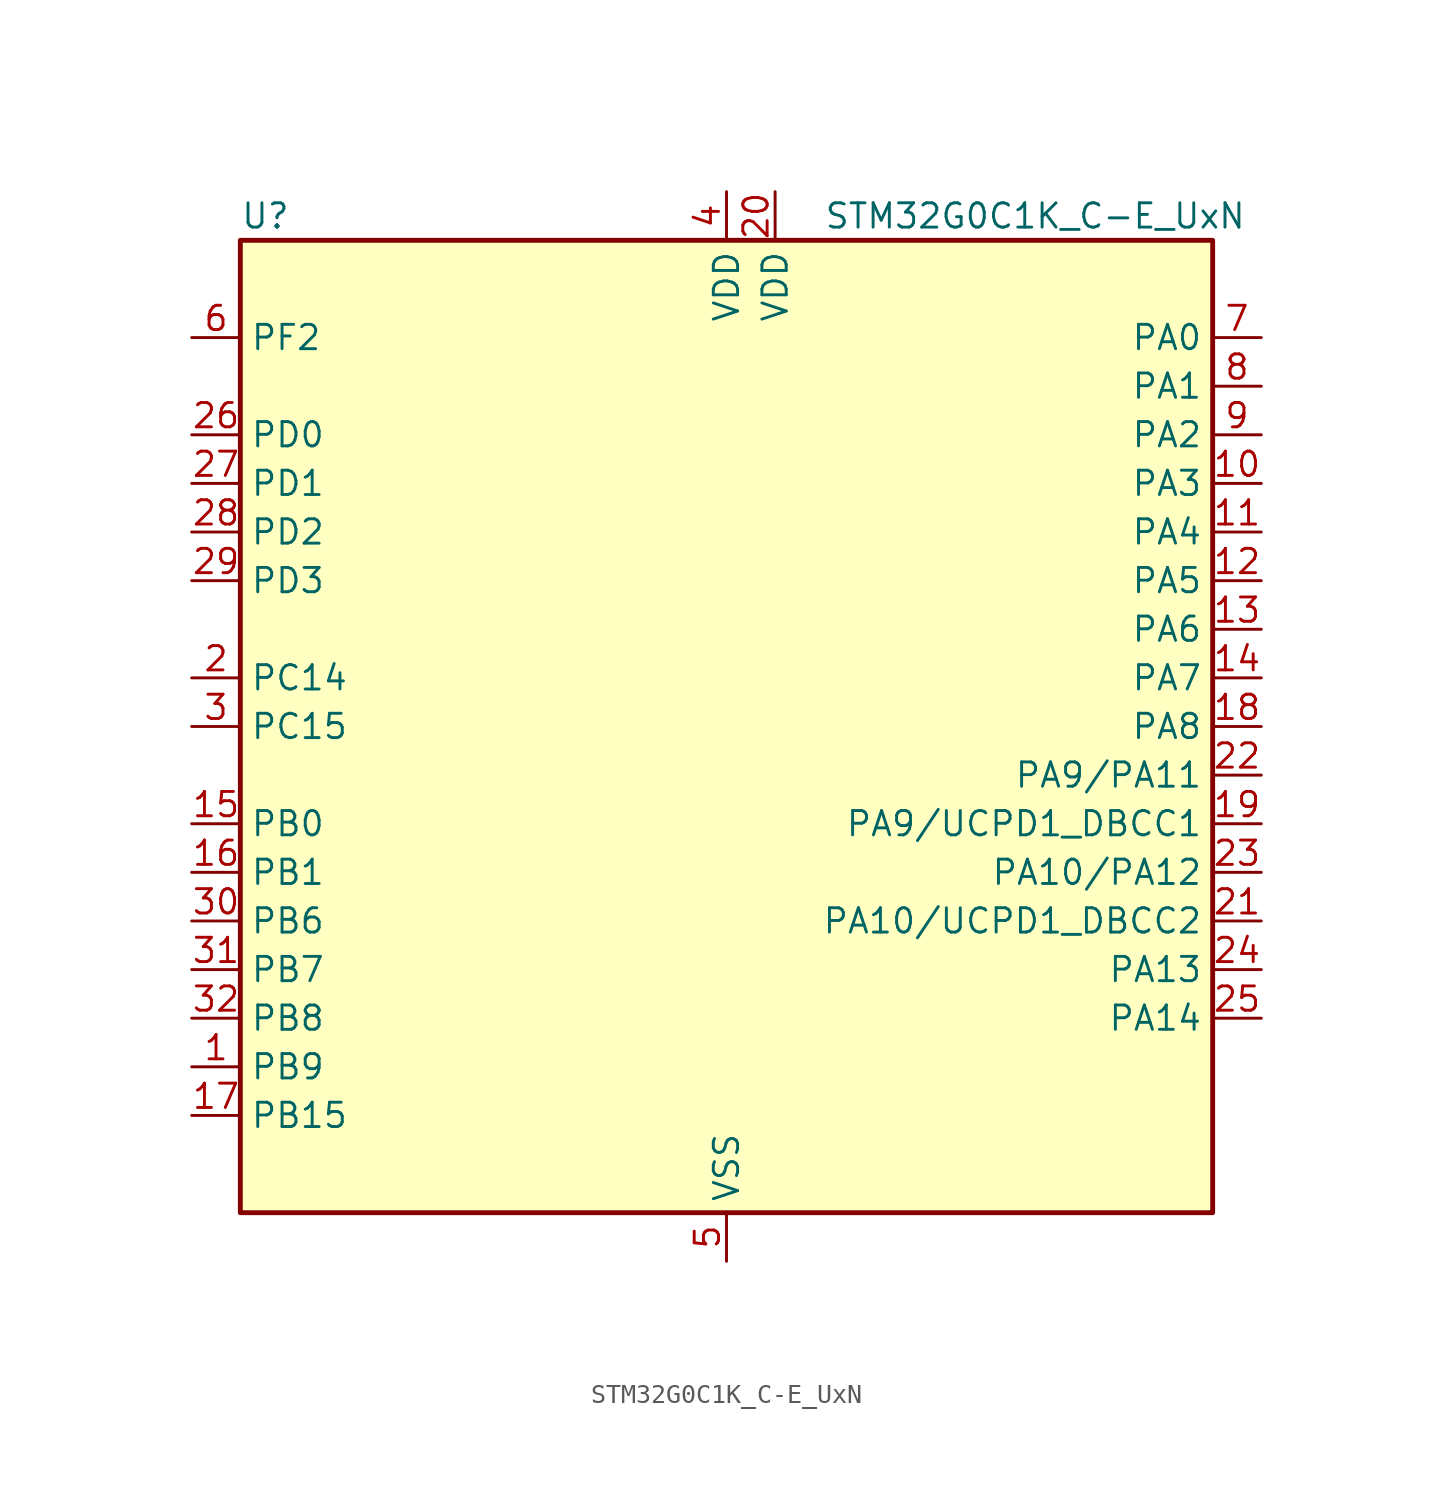
<source format=kicad_sym>
(kicad_symbol_lib
  (version 20241209)
  (generator "kicad_symbol_editor")
  (generator_version "9.0")
  (symbol "STM32G0C1K_C-E_UxN"
    (property "Reference" "U"
      (at -25.4 26.67 0)
      (effects (font (size 1.27 1.27)) (justify left)))
    (property "Value" "STM32G0C1K_C-E_UxN"
      (at 5.08 26.67 0)
      (effects (font (size 1.27 1.27)) (justify left)))
    (symbol "STM32G0C1K_C-E_UxN_0_1"
      (rectangle (start -25.4 -25.4) (end 25.4 25.4) (stroke (width 0.254) (type default)) (fill (type background))))
    (symbol "STM32G0C1K_C-E_UxN_1_1"
      (pin bidirectional line (at -27.94 20.32 0) (length 2.54) (name "PF2" (effects (font (size 1.27 1.27)))) (number "6" (effects (font (size 1.27 1.27)))) (alternate "LPUART2_DE" bidirectional line) (alternate "LPUART2_RTS" bidirectional line) (alternate "LPUART2_TX" bidirectional line) (alternate "RCC_MCO" bidirectional line))
      (pin bidirectional line (at -27.94 15.24 0) (length 2.54) (name "PD0" (effects (font (size 1.27 1.27)))) (number "26" (effects (font (size 1.27 1.27)))) (alternate "FDCAN1_RX" bidirectional line) (alternate "I2S2_WS" bidirectional line) (alternate "SPI2_NSS" bidirectional line) (alternate "TIM16_CH1" bidirectional line) (alternate "UCPD2_CC1" bidirectional line))
      (pin bidirectional line (at -27.94 12.7 0) (length 2.54) (name "PD1" (effects (font (size 1.27 1.27)))) (number "27" (effects (font (size 1.27 1.27)))) (alternate "FDCAN1_TX" bidirectional line) (alternate "I2S2_CK" bidirectional line) (alternate "SPI2_SCK" bidirectional line) (alternate "TIM17_CH1" bidirectional line) (alternate "UCPD2_DBCC1" bidirectional line))
      (pin bidirectional line (at -27.94 10.16 0) (length 2.54) (name "PD2" (effects (font (size 1.27 1.27)))) (number "28" (effects (font (size 1.27 1.27)))) (alternate "TIM1_CH1N" bidirectional line) (alternate "TIM3_ETR" bidirectional line) (alternate "UCPD2_CC2" bidirectional line) (alternate "USART3_CK" bidirectional line) (alternate "USART3_DE" bidirectional line) (alternate "USART3_RTS" bidirectional line) (alternate "USART5_RX" bidirectional line))
      (pin bidirectional line (at -27.94 7.62 0) (length 2.54) (name "PD3" (effects (font (size 1.27 1.27)))) (number "29" (effects (font (size 1.27 1.27)))) (alternate "I2S2_MCK" bidirectional line) (alternate "SPI2_MISO" bidirectional line) (alternate "TIM1_CH2N" bidirectional line) (alternate "UCPD2_DBCC2" bidirectional line) (alternate "USART2_CTS" bidirectional line) (alternate "USART2_NSS" bidirectional line) (alternate "USART5_TX" bidirectional line))
      (pin bidirectional line (at -27.94 2.54 0) (length 2.54) (name "PC14" (effects (font (size 1.27 1.27)))) (number "2" (effects (font (size 1.27 1.27)))) (alternate "RCC_OSC32_IN" bidirectional line) (alternate "RCC_OSC_IN" bidirectional line) (alternate "TIM1_BK2" bidirectional line))
      (pin bidirectional line (at -27.94 0 0) (length 2.54) (name "PC15" (effects (font (size 1.27 1.27)))) (number "3" (effects (font (size 1.27 1.27)))) (alternate "RCC_OSC32_EN" bidirectional line) (alternate "RCC_OSC32_OUT" bidirectional line) (alternate "RCC_OSC_EN" bidirectional line) (alternate "TIM15_BK" bidirectional line))
      (pin bidirectional line (at -27.94 -5.08 0) (length 2.54) (name "PB0" (effects (font (size 1.27 1.27)))) (number "15" (effects (font (size 1.27 1.27)))) (alternate "ADC1_IN8" bidirectional line) (alternate "COMP1_OUT" bidirectional line) (alternate "COMP3_INP" bidirectional line) (alternate "FDCAN2_RX" bidirectional line) (alternate "I2S1_WS" bidirectional line) (alternate "LPTIM1_OUT" bidirectional line) (alternate "LPUART2_CTS" bidirectional line) (alternate "SPI1_NSS" bidirectional line) (alternate "TIM1_CH2N" bidirectional line) (alternate "TIM3_CH3" bidirectional line) (alternate "UCPD1_FRSTX1" bidirectional line) (alternate "UCPD1_FRSTX2" bidirectional line) (alternate "USART3_RX" bidirectional line) (alternate "USART5_TX" bidirectional line))
      (pin bidirectional line (at -27.94 -7.62 0) (length 2.54) (name "PB1" (effects (font (size 1.27 1.27)))) (number "16" (effects (font (size 1.27 1.27)))) (alternate "ADC1_IN9" bidirectional line) (alternate "COMP1_INM" bidirectional line) (alternate "COMP3_OUT" bidirectional line) (alternate "FDCAN2_TX" bidirectional line) (alternate "LPTIM2_IN1" bidirectional line) (alternate "LPUART1_DE" bidirectional line) (alternate "LPUART1_RTS" bidirectional line) (alternate "LPUART2_DE" bidirectional line) (alternate "LPUART2_RTS" bidirectional line) (alternate "TIM14_CH1" bidirectional line) (alternate "TIM1_CH3N" bidirectional line) (alternate "TIM3_CH4" bidirectional line) (alternate "USART3_CK" bidirectional line) (alternate "USART3_DE" bidirectional line) (alternate "USART3_RTS" bidirectional line) (alternate "USART5_RX" bidirectional line))
      (pin bidirectional line (at -27.94 -10.16 0) (length 2.54) (name "PB6" (effects (font (size 1.27 1.27)))) (number "30" (effects (font (size 1.27 1.27)))) (alternate "COMP2_INP" bidirectional line) (alternate "FDCAN2_TX" bidirectional line) (alternate "I2C1_SCL" bidirectional line) (alternate "I2S2_MCK" bidirectional line) (alternate "LPTIM1_ETR" bidirectional line) (alternate "LPUART2_TX" bidirectional line) (alternate "SPI2_MISO" bidirectional line) (alternate "TIM16_CH1N" bidirectional line) (alternate "TIM1_CH3" bidirectional line) (alternate "TIM4_CH1" bidirectional line) (alternate "USART1_TX" bidirectional line) (alternate "USART5_CTS" bidirectional line) (alternate "USART5_NSS" bidirectional line))
      (pin bidirectional line (at -27.94 -12.7 0) (length 2.54) (name "PB7" (effects (font (size 1.27 1.27)))) (number "31" (effects (font (size 1.27 1.27)))) (alternate "COMP2_INM" bidirectional line) (alternate "I2C1_SDA" bidirectional line) (alternate "I2S2_SD" bidirectional line) (alternate "LPTIM1_IN2" bidirectional line) (alternate "LPUART2_RX" bidirectional line) (alternate "SPI2_MOSI" bidirectional line) (alternate "SYS_PVD_IN" bidirectional line) (alternate "TIM17_CH1N" bidirectional line) (alternate "TIM4_CH2" bidirectional line) (alternate "USART1_RX" bidirectional line) (alternate "USART4_CTS" bidirectional line) (alternate "USART4_NSS" bidirectional line))
      (pin bidirectional line (at -27.94 -15.24 0) (length 2.54) (name "PB8" (effects (font (size 1.27 1.27)))) (number "32" (effects (font (size 1.27 1.27)))) (alternate "CEC" bidirectional line) (alternate "FDCAN1_RX" bidirectional line) (alternate "I2C1_SCL" bidirectional line) (alternate "I2S2_CK" bidirectional line) (alternate "SPI2_SCK" bidirectional line) (alternate "TIM15_BK" bidirectional line) (alternate "TIM16_CH1" bidirectional line) (alternate "TIM4_CH3" bidirectional line) (alternate "USART3_TX" bidirectional line) (alternate "USART6_TX" bidirectional line))
      (pin bidirectional line (at -27.94 -17.78 0) (length 2.54) (name "PB9" (effects (font (size 1.27 1.27)))) (number "1" (effects (font (size 1.27 1.27)))) (alternate "DAC1_EXTI9" bidirectional line) (alternate "FDCAN1_TX" bidirectional line) (alternate "I2C1_SDA" bidirectional line) (alternate "I2S2_WS" bidirectional line) (alternate "IR_OUT" bidirectional line) (alternate "SPI2_NSS" bidirectional line) (alternate "TIM17_CH1" bidirectional line) (alternate "TIM4_CH4" bidirectional line) (alternate "UCPD2_FRSTX1" bidirectional line) (alternate "UCPD2_FRSTX2" bidirectional line) (alternate "USART3_RX" bidirectional line) (alternate "USART6_RX" bidirectional line))
      (pin bidirectional line (at -27.94 -20.32 0) (length 2.54) (name "PB15" (effects (font (size 1.27 1.27)))) (number "17" (effects (font (size 1.27 1.27)))) (alternate "I2S2_SD" bidirectional line) (alternate "RTC_REFIN" bidirectional line) (alternate "SPI2_MOSI" bidirectional line) (alternate "TIM15_CH1N" bidirectional line) (alternate "TIM15_CH2" bidirectional line) (alternate "TIM1_CH3N" bidirectional line) (alternate "UCPD1_CC2" bidirectional line) (alternate "USART6_CTS" bidirectional line) (alternate "USART6_NSS" bidirectional line))
      (pin power_in line (at 0 27.94 270) (length 2.54) (name "VDD" (effects (font (size 1.27 1.27)))) (number "4" (effects (font (size 1.27 1.27)))))
      (pin passive line (at 0 -27.94 90) (length 2.54) (hide yes) (name "VSS" (effects (font (size 1.27 1.27)))) (number "33" (effects (font (size 1.27 1.27)))))
      (pin power_in line (at 0 -27.94 90) (length 2.54) (name "VSS" (effects (font (size 1.27 1.27)))) (number "5" (effects (font (size 1.27 1.27)))))
      (pin power_in line (at 2.54 27.94 270) (length 2.54) (name "VDD" (effects (font (size 1.27 1.27)))) (number "20" (effects (font (size 1.27 1.27)))))
      (pin bidirectional line (at 27.94 20.32 180) (length 2.54) (name "PA0" (effects (font (size 1.27 1.27)))) (number "7" (effects (font (size 1.27 1.27)))) (alternate "ADC1_IN0" bidirectional line) (alternate "COMP1_INM" bidirectional line) (alternate "COMP1_OUT" bidirectional line) (alternate "I2S2_CK" bidirectional line) (alternate "LPTIM1_OUT" bidirectional line) (alternate "RTC_TAMP_IN2" bidirectional line) (alternate "SPI2_SCK" bidirectional line) (alternate "SYS_WKUP1" bidirectional line) (alternate "TIM2_CH1" bidirectional line) (alternate "TIM2_ETR" bidirectional line) (alternate "UCPD2_FRSTX1" bidirectional line) (alternate "UCPD2_FRSTX2" bidirectional line) (alternate "USART2_CTS" bidirectional line) (alternate "USART2_NSS" bidirectional line) (alternate "USART4_TX" bidirectional line))
      (pin bidirectional line (at 27.94 17.78 180) (length 2.54) (name "PA1" (effects (font (size 1.27 1.27)))) (number "8" (effects (font (size 1.27 1.27)))) (alternate "ADC1_IN1" bidirectional line) (alternate "COMP1_INP" bidirectional line) (alternate "I2C1_SMBA" bidirectional line) (alternate "I2S1_CK" bidirectional line) (alternate "SPI1_SCK" bidirectional line) (alternate "TIM15_CH1N" bidirectional line) (alternate "TIM2_CH2" bidirectional line) (alternate "USART2_CK" bidirectional line) (alternate "USART2_DE" bidirectional line) (alternate "USART2_RTS" bidirectional line) (alternate "USART4_RX" bidirectional line))
      (pin bidirectional line (at 27.94 15.24 180) (length 2.54) (name "PA2" (effects (font (size 1.27 1.27)))) (number "9" (effects (font (size 1.27 1.27)))) (alternate "ADC1_IN2" bidirectional line) (alternate "COMP2_INM" bidirectional line) (alternate "COMP2_OUT" bidirectional line) (alternate "I2S1_SD" bidirectional line) (alternate "LPUART1_TX" bidirectional line) (alternate "RCC_LSCO" bidirectional line) (alternate "SPI1_MOSI" bidirectional line) (alternate "SYS_WKUP4" bidirectional line) (alternate "TIM15_CH1" bidirectional line) (alternate "TIM2_CH3" bidirectional line) (alternate "UCPD1_FRSTX1" bidirectional line) (alternate "UCPD1_FRSTX2" bidirectional line) (alternate "USART2_TX" bidirectional line))
      (pin bidirectional line (at 27.94 12.7 180) (length 2.54) (name "PA3" (effects (font (size 1.27 1.27)))) (number "10" (effects (font (size 1.27 1.27)))) (alternate "ADC1_IN3" bidirectional line) (alternate "COMP2_INP" bidirectional line) (alternate "I2S2_MCK" bidirectional line) (alternate "LPUART1_RX" bidirectional line) (alternate "SPI2_MISO" bidirectional line) (alternate "TIM15_CH2" bidirectional line) (alternate "TIM2_CH4" bidirectional line) (alternate "UCPD2_FRSTX1" bidirectional line) (alternate "UCPD2_FRSTX2" bidirectional line) (alternate "USART2_RX" bidirectional line))
      (pin bidirectional line (at 27.94 10.16 180) (length 2.54) (name "PA4" (effects (font (size 1.27 1.27)))) (number "11" (effects (font (size 1.27 1.27)))) (alternate "ADC1_IN4" bidirectional line) (alternate "DAC1_OUT1" bidirectional line) (alternate "I2S1_WS" bidirectional line) (alternate "I2S2_SD" bidirectional line) (alternate "LPTIM2_OUT" bidirectional line) (alternate "RTC_OUT1" bidirectional line) (alternate "RTC_TAMP_IN1" bidirectional line) (alternate "RTC_TS" bidirectional line) (alternate "SPI1_NSS" bidirectional line) (alternate "SPI2_MOSI" bidirectional line) (alternate "SYS_WKUP2" bidirectional line) (alternate "TIM14_CH1" bidirectional line) (alternate "UCPD2_FRSTX1" bidirectional line) (alternate "UCPD2_FRSTX2" bidirectional line) (alternate "USART6_TX" bidirectional line) (alternate "USB_NOE" bidirectional line))
      (pin bidirectional line (at 27.94 7.62 180) (length 2.54) (name "PA5" (effects (font (size 1.27 1.27)))) (number "12" (effects (font (size 1.27 1.27)))) (alternate "ADC1_IN5" bidirectional line) (alternate "CEC" bidirectional line) (alternate "DAC1_OUT2" bidirectional line) (alternate "I2S1_CK" bidirectional line) (alternate "LPTIM2_ETR" bidirectional line) (alternate "SPI1_SCK" bidirectional line) (alternate "TIM2_CH1" bidirectional line) (alternate "TIM2_ETR" bidirectional line) (alternate "UCPD1_FRSTX1" bidirectional line) (alternate "UCPD1_FRSTX2" bidirectional line) (alternate "USART3_TX" bidirectional line) (alternate "USART6_RX" bidirectional line))
      (pin bidirectional line (at 27.94 5.08 180) (length 2.54) (name "PA6" (effects (font (size 1.27 1.27)))) (number "13" (effects (font (size 1.27 1.27)))) (alternate "ADC1_IN6" bidirectional line) (alternate "COMP1_OUT" bidirectional line) (alternate "I2C2_SDA" bidirectional line) (alternate "I2C3_SDA" bidirectional line) (alternate "I2S1_MCK" bidirectional line) (alternate "LPUART1_CTS" bidirectional line) (alternate "SPI1_MISO" bidirectional line) (alternate "TIM16_CH1" bidirectional line) (alternate "TIM1_BK" bidirectional line) (alternate "TIM3_CH1" bidirectional line) (alternate "USART3_CTS" bidirectional line) (alternate "USART3_NSS" bidirectional line) (alternate "USART6_CTS" bidirectional line) (alternate "USART6_NSS" bidirectional line))
      (pin bidirectional line (at 27.94 2.54 180) (length 2.54) (name "PA7" (effects (font (size 1.27 1.27)))) (number "14" (effects (font (size 1.27 1.27)))) (alternate "ADC1_IN7" bidirectional line) (alternate "COMP2_OUT" bidirectional line) (alternate "I2C2_SCL" bidirectional line) (alternate "I2C3_SCL" bidirectional line) (alternate "I2S1_SD" bidirectional line) (alternate "SPI1_MOSI" bidirectional line) (alternate "TIM14_CH1" bidirectional line) (alternate "TIM17_CH1" bidirectional line) (alternate "TIM1_CH1N" bidirectional line) (alternate "TIM3_CH2" bidirectional line) (alternate "UCPD1_FRSTX1" bidirectional line) (alternate "UCPD1_FRSTX2" bidirectional line) (alternate "USART6_CK" bidirectional line) (alternate "USART6_DE" bidirectional line) (alternate "USART6_RTS" bidirectional line))
      (pin bidirectional line (at 27.94 0 180) (length 2.54) (name "PA8" (effects (font (size 1.27 1.27)))) (number "18" (effects (font (size 1.27 1.27)))) (alternate "CRS1_SYNC" bidirectional line) (alternate "I2C2_SMBA" bidirectional line) (alternate "I2S2_WS" bidirectional line) (alternate "LPTIM2_OUT" bidirectional line) (alternate "RCC_MCO" bidirectional line) (alternate "SPI2_NSS" bidirectional line) (alternate "TIM1_CH1" bidirectional line) (alternate "UCPD1_CC1" bidirectional line))
      (pin bidirectional line (at 27.94 -2.54 180) (length 2.54) (name "PA9/PA11" (effects (font (size 1.27 1.27)))) (number "22" (effects (font (size 1.27 1.27)))) (alternate "ADC1_EXTI11 (PA11)" bidirectional line) (alternate "COMP1_OUT (PA11)" bidirectional line) (alternate "DAC1_EXTI9 (PA9)" bidirectional line) (alternate "FDCAN1_RX (PA11)" bidirectional line) (alternate "I2C1_SCL (PA9)" bidirectional line) (alternate "I2C2_SCL (PA11)" bidirectional line) (alternate "I2C2_SCL (PA9)" bidirectional line) (alternate "I2S1_MCK (PA11)" bidirectional line) (alternate "I2S2_MCK (PA9)" bidirectional line) (alternate "PA11" bidirectional line) (alternate "PA9" bidirectional line) (alternate "RCC_MCO (PA9)" bidirectional line) (alternate "SPI1_MISO (PA11)" bidirectional line) (alternate "SPI2_MISO (PA9)" bidirectional line) (alternate "TIM15_BK (PA9)" bidirectional line) (alternate "TIM1_BK2 (PA11)" bidirectional line) (alternate "TIM1_CH2 (PA9)" bidirectional line) (alternate "TIM1_CH4 (PA11)" bidirectional line) (alternate "UCPD1_DBCC1 (PA9)" bidirectional line) (alternate "USART1_CTS (PA11)" bidirectional line) (alternate "USART1_NSS (PA11)" bidirectional line) (alternate "USART1_TX (PA9)" bidirectional line) (alternate "USB_DM (PA11)" bidirectional line))
      (pin bidirectional line (at 27.94 -5.08 180) (length 2.54) (name "PA9/UCPD1_DBCC1" (effects (font (size 1.27 1.27)))) (number "19" (effects (font (size 1.27 1.27)))) (alternate "DAC1_EXTI9 (PA9)" bidirectional line) (alternate "I2C1_SCL (PA9)" bidirectional line) (alternate "I2C2_SCL (PA9)" bidirectional line) (alternate "I2S2_MCK (PA9)" bidirectional line) (alternate "PA9" bidirectional line) (alternate "RCC_MCO (PA9)" bidirectional line) (alternate "SPI2_MISO (PA9)" bidirectional line) (alternate "TIM15_BK (PA9)" bidirectional line) (alternate "TIM1_CH2 (PA9)" bidirectional line) (alternate "UCPD1_DBCC1" bidirectional line) (alternate "UCPD1_DBCC1 (PA9)" bidirectional line) (alternate "UCPD1_DBCC1 (UCPD1_DBCC1)" bidirectional line) (alternate "USART1_TX (PA9)" bidirectional line))
      (pin bidirectional line (at 27.94 -7.62 180) (length 2.54) (name "PA10/PA12" (effects (font (size 1.27 1.27)))) (number "23" (effects (font (size 1.27 1.27)))) (alternate "COMP2_OUT (PA12)" bidirectional line) (alternate "FDCAN1_TX (PA12)" bidirectional line) (alternate "I2C1_SDA (PA10)" bidirectional line) (alternate "I2C2_SDA (PA10)" bidirectional line) (alternate "I2C2_SDA (PA12)" bidirectional line) (alternate "I2S1_SD (PA12)" bidirectional line) (alternate "I2S2_SD (PA10)" bidirectional line) (alternate "I2S_CKIN (PA12)" bidirectional line) (alternate "PA10" bidirectional line) (alternate "PA12" bidirectional line) (alternate "RCC_MCO_2 (PA10)" bidirectional line) (alternate "SPI1_MOSI (PA12)" bidirectional line) (alternate "SPI2_MOSI (PA10)" bidirectional line) (alternate "TIM17_BK (PA10)" bidirectional line) (alternate "TIM1_CH3 (PA10)" bidirectional line) (alternate "TIM1_ETR (PA12)" bidirectional line) (alternate "UCPD1_DBCC2 (PA10)" bidirectional line) (alternate "USART1_CK (PA12)" bidirectional line) (alternate "USART1_DE (PA12)" bidirectional line) (alternate "USART1_RTS (PA12)" bidirectional line) (alternate "USART1_RX (PA10)" bidirectional line) (alternate "USB_DP (PA12)" bidirectional line))
      (pin bidirectional line (at 27.94 -10.16 180) (length 2.54) (name "PA10/UCPD1_DBCC2" (effects (font (size 1.27 1.27)))) (number "21" (effects (font (size 1.27 1.27)))) (alternate "I2C1_SDA (PA10)" bidirectional line) (alternate "I2C2_SDA (PA10)" bidirectional line) (alternate "I2S2_SD (PA10)" bidirectional line) (alternate "PA10" bidirectional line) (alternate "RCC_MCO_2 (PA10)" bidirectional line) (alternate "SPI2_MOSI (PA10)" bidirectional line) (alternate "TIM17_BK (PA10)" bidirectional line) (alternate "TIM1_CH3 (PA10)" bidirectional line) (alternate "UCPD1_DBCC2" bidirectional line) (alternate "UCPD1_DBCC2 (PA10)" bidirectional line) (alternate "UCPD1_DBCC2 (UCPD1_DBCC2)" bidirectional line) (alternate "USART1_RX (PA10)" bidirectional line))
      (pin bidirectional line (at 27.94 -12.7 180) (length 2.54) (name "PA13" (effects (font (size 1.27 1.27)))) (number "24" (effects (font (size 1.27 1.27)))) (alternate "IR_OUT" bidirectional line) (alternate "LPUART2_RX" bidirectional line) (alternate "SYS_SWDIO" bidirectional line) (alternate "USB_NOE" bidirectional line))
      (pin bidirectional line (at 27.94 -15.24 180) (length 2.54) (name "PA14" (effects (font (size 1.27 1.27)))) (number "25" (effects (font (size 1.27 1.27)))) (alternate "LPUART2_TX" bidirectional line) (alternate "SYS_SWCLK" bidirectional line) (alternate "USART2_TX" bidirectional line)))))
</source>
